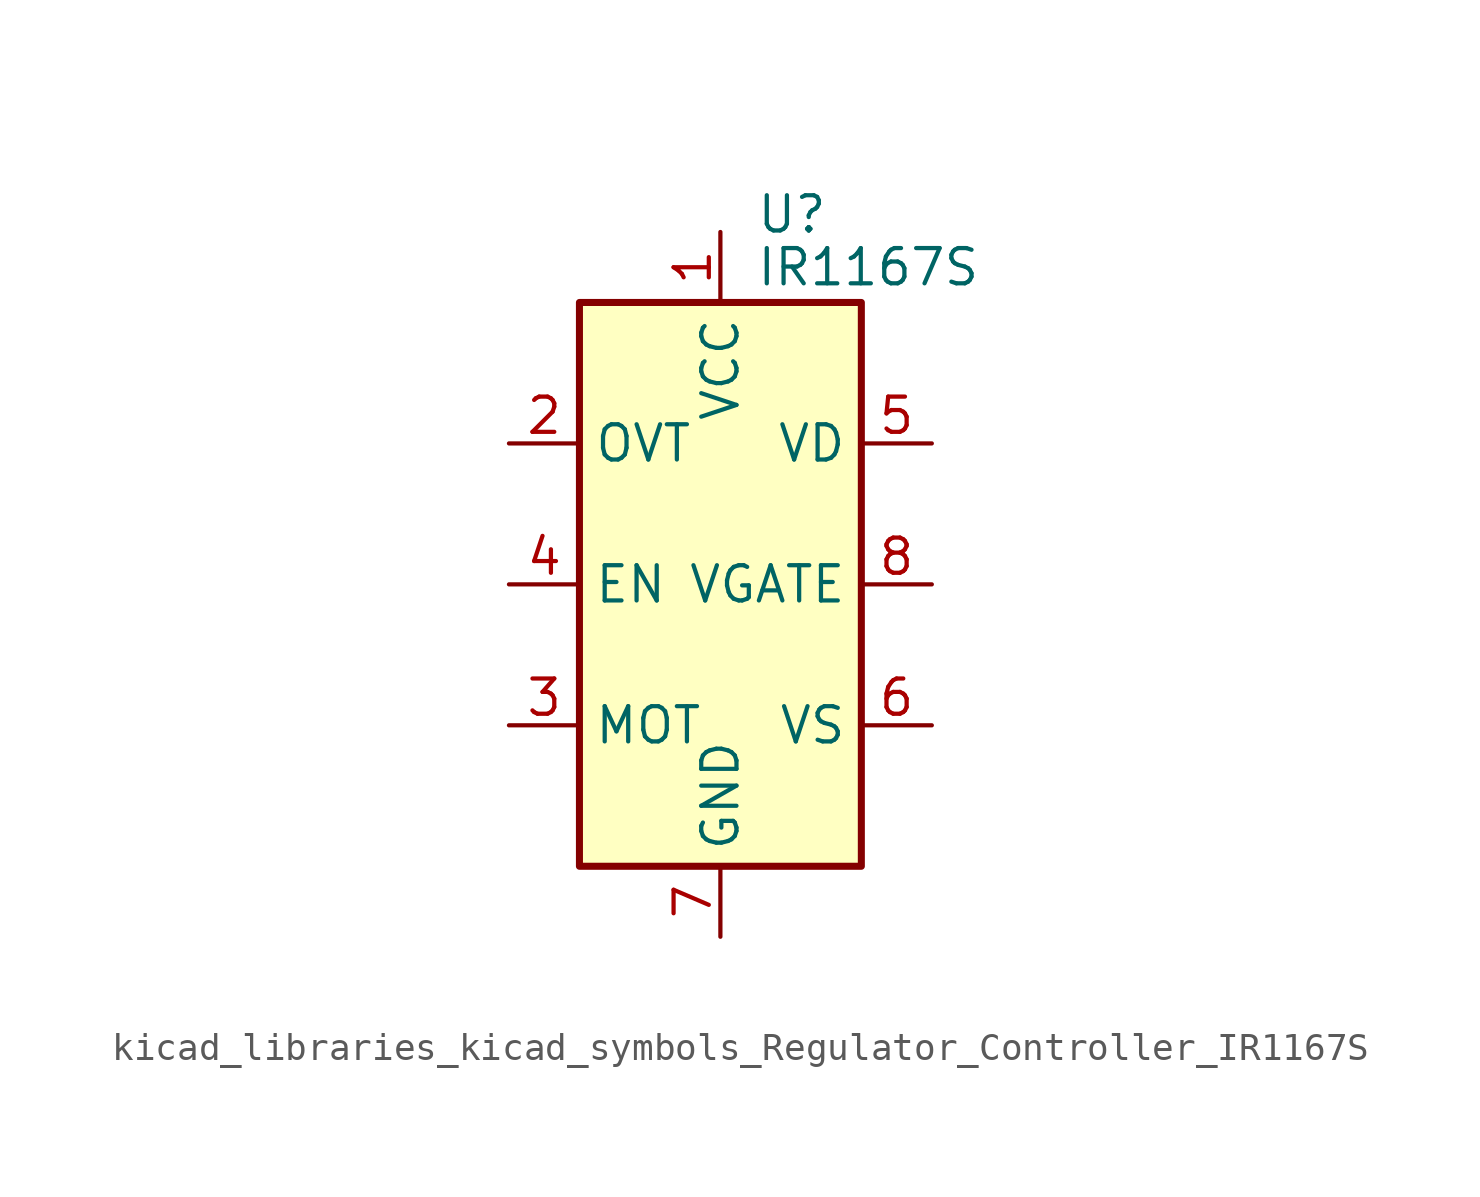
<source format=kicad_sym>
(kicad_symbol_lib
  (version 20220914)
  (generator kicad_symbol_editor)
  (symbol "kicad_libraries_kicad_symbols_Regulator_Controller_IR1167S"
    (property "Reference" "U"
      (at 1.27 13.335 0)
      (effects (font (size 1.27 1.27)) (justify left)))
    (property "Value" "IR1167S"
      (at 1.27 11.43 0)
      (effects (font (size 1.27 1.27)) (justify left)))
    (symbol "kicad_libraries_kicad_symbols_Regulator_Controller_IR1167S_0_1"
      (rectangle (start -5.08 -10.16) (end 5.08 10.16) (stroke (width 0.254) (type default)) (fill (type background))))
    (symbol "kicad_libraries_kicad_symbols_Regulator_Controller_IR1167S_1_1"
      (pin power_in line (at 0 12.7 270) (length 2.54) (name "VCC" (effects (font (size 1.27 1.27)))) (number "1" (effects (font (size 1.27 1.27)))))
      (pin input line (at -7.62 5.08 0) (length 2.54) (name "OVT" (effects (font (size 1.27 1.27)))) (number "2" (effects (font (size 1.27 1.27)))))
      (pin passive line (at -7.62 -5.08 0) (length 2.54) (name "MOT" (effects (font (size 1.27 1.27)))) (number "3" (effects (font (size 1.27 1.27)))))
      (pin input line (at -7.62 0 0) (length 2.54) (name "EN" (effects (font (size 1.27 1.27)))) (number "4" (effects (font (size 1.27 1.27)))))
      (pin input line (at 7.62 5.08 180) (length 2.54) (name "VD" (effects (font (size 1.27 1.27)))) (number "5" (effects (font (size 1.27 1.27)))))
      (pin input line (at 7.62 -5.08 180) (length 2.54) (name "VS" (effects (font (size 1.27 1.27)))) (number "6" (effects (font (size 1.27 1.27)))))
      (pin power_in line (at 0 -12.7 90) (length 2.54) (name "GND" (effects (font (size 1.27 1.27)))) (number "7" (effects (font (size 1.27 1.27)))))
      (pin output line (at 7.62 0 180) (length 2.54) (name "VGATE" (effects (font (size 1.27 1.27)))) (number "8" (effects (font (size 1.27 1.27))))))))
</source>
